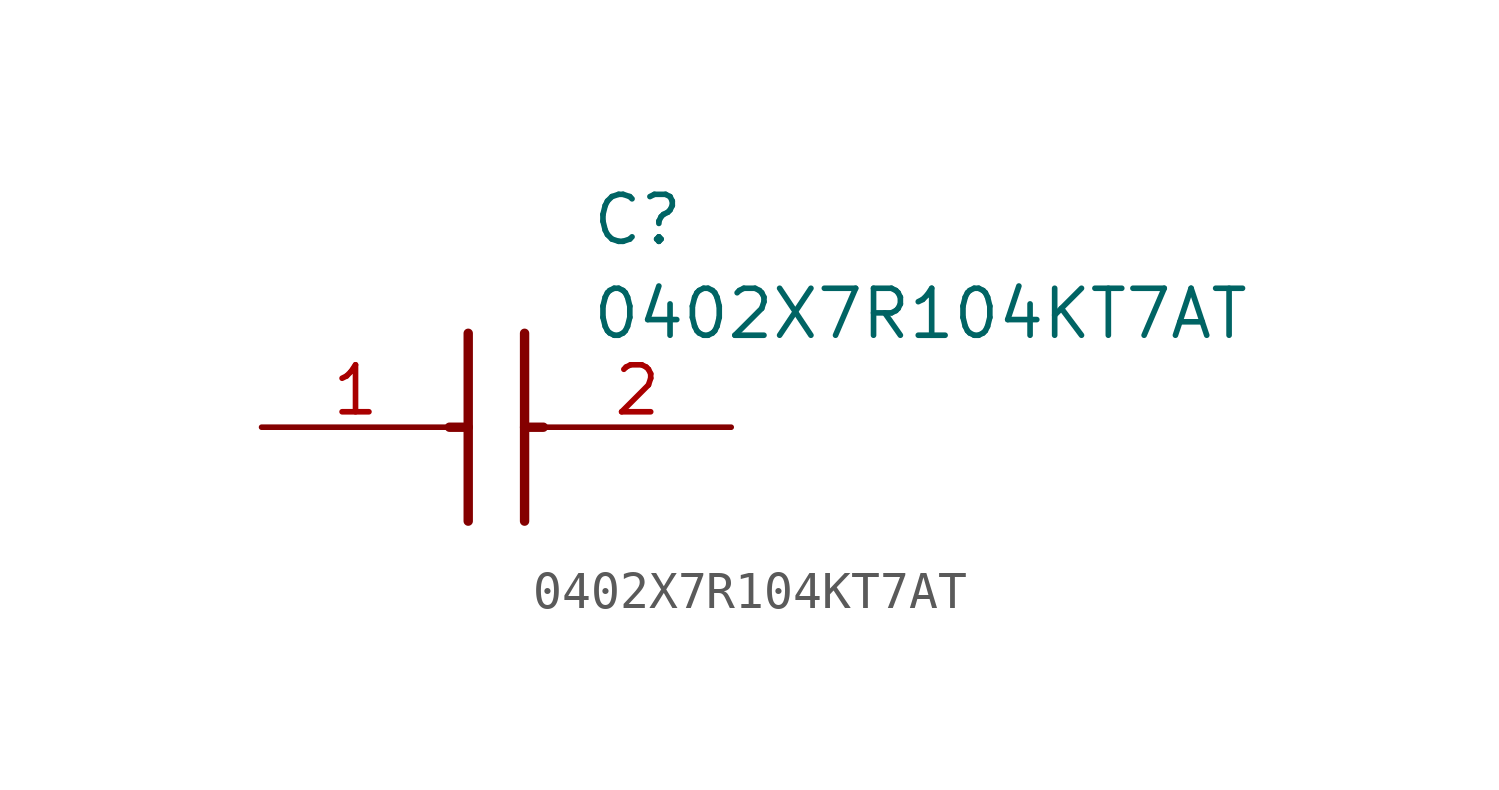
<source format=kicad_sym>
(kicad_symbol_lib
  (version 20211014)
  (generator SamacSys_ECAD_Model)
  (symbol "0402X7R104KT7AT"
    (pin_names hide)
    (property "Reference" "C"
      (at 8.89 6.35 0)
      (effects (font (size 1.27 1.27)) (justify left top)))
    (property "Value" "0402X7R104KT7AT"
      (at 8.89 3.81 0)
      (effects (font (size 1.27 1.27)) (justify left top)))
    (polyline
      (pts (xy 5.588 2.54) (xy 5.588 -2.54))
      (stroke (width 0.254) (type default))
      (fill (type none)))
    (polyline
      (pts (xy 7.112 2.54) (xy 7.112 -2.54))
      (stroke (width 0.254) (type default))
      (fill (type none)))
    (polyline
      (pts (xy 5.08 0) (xy 5.588 0))
      (stroke (width 0.254) (type default))
      (fill (type none)))
    (polyline
      (pts (xy 7.112 0) (xy 7.62 0))
      (stroke (width 0.254) (type default))
      (fill (type none)))
    (pin passive line
      (at 0 0 0)
      (length 5.08)
      (name "1" (effects (font (size 1.27 1.27))))
      (number "1" (effects (font (size 1.27 1.27)))))
    (pin passive line
      (at 12.7 0 180)
      (length 5.08)
      (name "2" (effects (font (size 1.27 1.27))))
      (number "2" (effects (font (size 1.27 1.27)))))))
</source>
